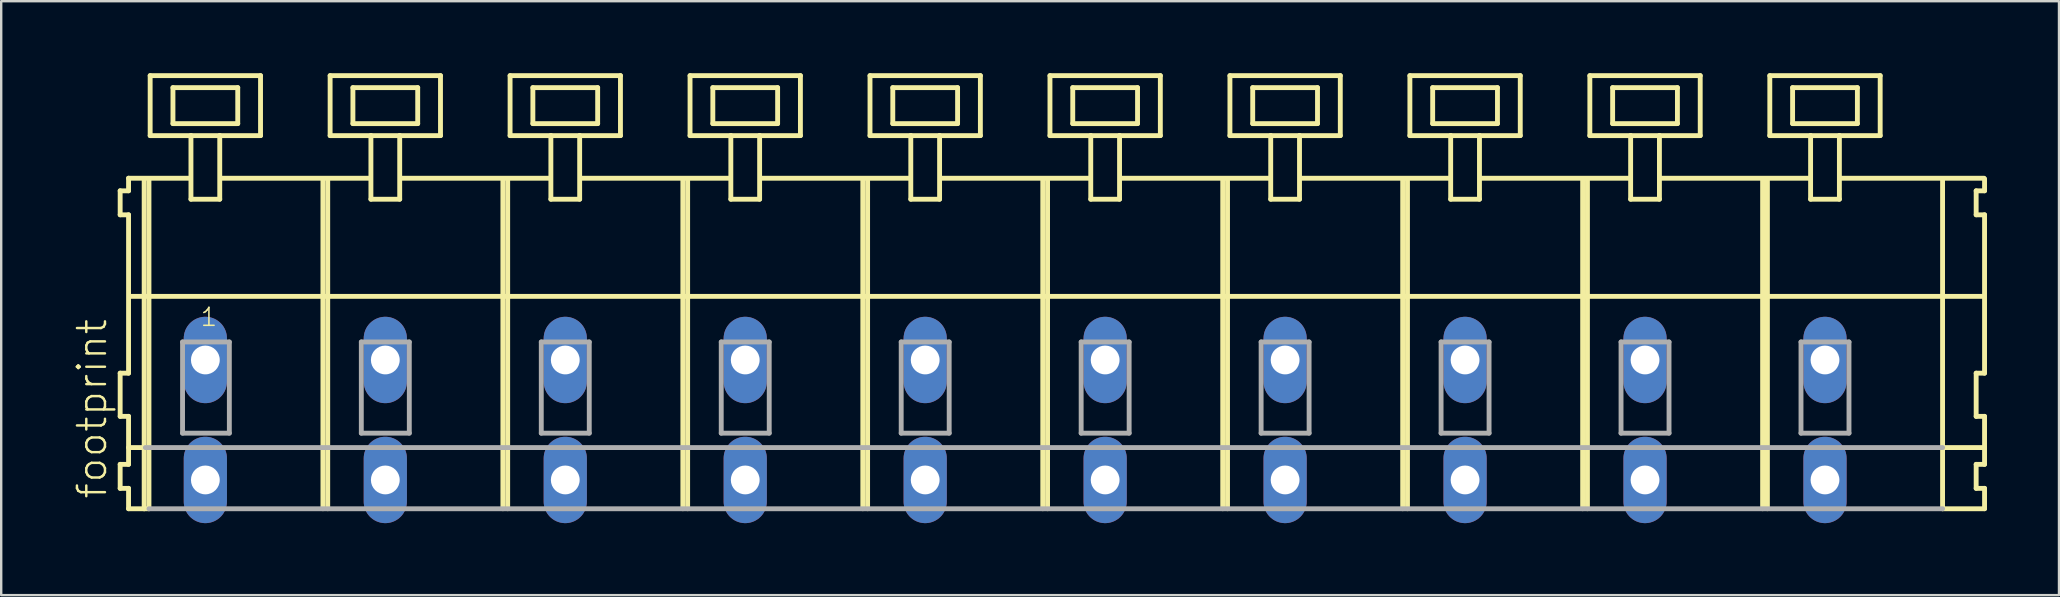
<source format=kicad_pcb>
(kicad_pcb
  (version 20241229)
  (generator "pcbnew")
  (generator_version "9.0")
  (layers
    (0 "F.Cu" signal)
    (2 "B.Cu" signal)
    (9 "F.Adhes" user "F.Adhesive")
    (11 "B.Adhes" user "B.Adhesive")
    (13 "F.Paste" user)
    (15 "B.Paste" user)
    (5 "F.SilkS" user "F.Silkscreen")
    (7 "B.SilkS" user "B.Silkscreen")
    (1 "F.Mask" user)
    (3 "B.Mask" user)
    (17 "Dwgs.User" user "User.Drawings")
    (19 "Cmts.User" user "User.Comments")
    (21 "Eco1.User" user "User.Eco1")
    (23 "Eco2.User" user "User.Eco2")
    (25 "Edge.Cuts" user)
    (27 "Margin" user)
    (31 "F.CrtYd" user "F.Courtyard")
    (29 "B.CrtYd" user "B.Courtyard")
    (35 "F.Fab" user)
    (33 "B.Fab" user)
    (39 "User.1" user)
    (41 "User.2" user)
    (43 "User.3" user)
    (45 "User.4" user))
  (footprint "footprint"
    (layer "F.Cu")
    (at 40.508 11.952)
    (property "Reference" "footprint" (at -39.035 5.855 90) (layer "F.SilkS") (effects (font (size 1.168 1.168) (thickness 0.102)) (justify left bottom)))
    (fp_line (start -38.55 -7.05) (end -38.55 -6.05) (stroke (width 0.203) (type solid)) (layer "F.SilkS"))
    (fp_line (start -38.55 -6.05) (end -38.2 -6.05) (stroke (width 0.203) (type solid)) (layer "F.SilkS"))
    (fp_line (start -38.55 0.55) (end -38.55 2.35) (stroke (width 0.203) (type solid)) (layer "F.SilkS"))
    (fp_line (start -38.55 2.35) (end -38.2 2.35) (stroke (width 0.203) (type solid)) (layer "F.SilkS"))
    (fp_line (start -38.55 4.35) (end -38.55 5.35) (stroke (width 0.203) (type solid)) (layer "F.SilkS"))
    (fp_line (start -38.55 5.35) (end -38.2 5.35) (stroke (width 0.203) (type solid)) (layer "F.SilkS"))
    (fp_line (start -38.2 -7.575) (end -38.2 -7.05) (stroke (width 0.203) (type solid)) (layer "F.SilkS"))
    (fp_line (start -38.2 -7.575) (end -35.625 -7.575) (stroke (width 0.203) (type solid)) (layer "F.SilkS"))
    (fp_line (start -38.2 -7.05) (end -38.55 -7.05) (stroke (width 0.203) (type solid)) (layer "F.SilkS"))
    (fp_line (start -38.2 -6.05) (end -38.2 0.55) (stroke (width 0.203) (type solid)) (layer "F.SilkS"))
    (fp_line (start -38.2 0.55) (end -38.55 0.55) (stroke (width 0.203) (type solid)) (layer "F.SilkS"))
    (fp_line (start -38.2 2.35) (end -38.2 4.35) (stroke (width 0.203) (type solid)) (layer "F.SilkS"))
    (fp_line (start -38.2 3.65) (end -37.5 3.65) (stroke (width 0.203) (type solid)) (layer "F.SilkS"))
    (fp_line (start -38.2 4.35) (end -38.55 4.35) (stroke (width 0.203) (type solid)) (layer "F.SilkS"))
    (fp_line (start -38.2 5.35) (end -38.2 6.2) (stroke (width 0.203) (type solid)) (layer "F.SilkS"))
    (fp_line (start -38.2 6.2) (end -37.55 6.2) (stroke (width 0.203) (type solid)) (layer "F.SilkS"))
    (fp_line (start -38.15 -2.65) (end 39.1 -2.65) (stroke (width 0.203) (type solid)) (layer "F.SilkS"))
    (fp_line (start -37.55 -7.55) (end -37.55 6.2) (stroke (width 0.203) (type solid)) (layer "F.SilkS"))
    (fp_line (start -37.55 6.2) (end -37.35 6.2) (stroke (width 0.203) (type solid)) (layer "F.SilkS"))
    (fp_line (start -37.35 -7.55) (end -37.35 6.2) (stroke (width 0.203) (type solid)) (layer "F.SilkS"))
    (fp_line (start -37.3 -11.85) (end -37.3 -9.35) (stroke (width 0.203) (type solid)) (layer "F.SilkS"))
    (fp_line (start -37.3 -9.35) (end -35.6 -9.35) (stroke (width 0.203) (type solid)) (layer "F.SilkS"))
    (fp_line (start -36.35 -11.35) (end -36.35 -9.85) (stroke (width 0.203) (type solid)) (layer "F.SilkS"))
    (fp_line (start -36.35 -9.85) (end -33.65 -9.85) (stroke (width 0.203) (type solid)) (layer "F.SilkS"))
    (fp_line (start -35.6 -9.35) (end -35.6 -6.7) (stroke (width 0.203) (type solid)) (layer "F.SilkS"))
    (fp_line (start -35.6 -9.35) (end -34.4 -9.35) (stroke (width 0.203) (type solid)) (layer "F.SilkS"))
    (fp_line (start -35.6 -6.7) (end -34.4 -6.7) (stroke (width 0.203) (type solid)) (layer "F.SilkS"))
    (fp_line (start -34.4 -9.35) (end -32.7 -9.35) (stroke (width 0.203) (type solid)) (layer "F.SilkS"))
    (fp_line (start -34.4 -6.7) (end -34.4 -9.35) (stroke (width 0.203) (type solid)) (layer "F.SilkS"))
    (fp_line (start -34.325 -7.575) (end -28.125 -7.575) (stroke (width 0.203) (type solid)) (layer "F.SilkS"))
    (fp_line (start -33.65 -11.35) (end -36.35 -11.35) (stroke (width 0.203) (type solid)) (layer "F.SilkS"))
    (fp_line (start -33.65 -9.85) (end -33.65 -11.35) (stroke (width 0.203) (type solid)) (layer "F.SilkS"))
    (fp_line (start -32.7 -11.85) (end -37.3 -11.85) (stroke (width 0.203) (type solid)) (layer "F.SilkS"))
    (fp_line (start -32.7 -9.35) (end -32.7 -11.85) (stroke (width 0.203) (type solid)) (layer "F.SilkS"))
    (fp_line (start -30.1 -7.55) (end -30.1 6.2) (stroke (width 0.203) (type solid)) (layer "F.SilkS"))
    (fp_line (start -29.9 -7.55) (end -29.9 6.2) (stroke (width 0.203) (type solid)) (layer "F.SilkS"))
    (fp_line (start -29.8 -11.85) (end -29.8 -9.35) (stroke (width 0.203) (type solid)) (layer "F.SilkS"))
    (fp_line (start -29.8 -9.35) (end -28.1 -9.35) (stroke (width 0.203) (type solid)) (layer "F.SilkS"))
    (fp_line (start -28.85 -11.35) (end -28.85 -9.85) (stroke (width 0.203) (type solid)) (layer "F.SilkS"))
    (fp_line (start -28.85 -9.85) (end -26.15 -9.85) (stroke (width 0.203) (type solid)) (layer "F.SilkS"))
    (fp_line (start -28.1 -9.35) (end -28.1 -6.7) (stroke (width 0.203) (type solid)) (layer "F.SilkS"))
    (fp_line (start -28.1 -9.35) (end -26.9 -9.35) (stroke (width 0.203) (type solid)) (layer "F.SilkS"))
    (fp_line (start -28.1 -6.7) (end -26.9 -6.7) (stroke (width 0.203) (type solid)) (layer "F.SilkS"))
    (fp_line (start -26.9 -9.35) (end -25.2 -9.35) (stroke (width 0.203) (type solid)) (layer "F.SilkS"))
    (fp_line (start -26.9 -6.7) (end -26.9 -9.35) (stroke (width 0.203) (type solid)) (layer "F.SilkS"))
    (fp_line (start -26.825 -7.575) (end -20.625 -7.575) (stroke (width 0.203) (type solid)) (layer "F.SilkS"))
    (fp_line (start -26.15 -11.35) (end -28.85 -11.35) (stroke (width 0.203) (type solid)) (layer "F.SilkS"))
    (fp_line (start -26.15 -9.85) (end -26.15 -11.35) (stroke (width 0.203) (type solid)) (layer "F.SilkS"))
    (fp_line (start -25.2 -11.85) (end -29.8 -11.85) (stroke (width 0.203) (type solid)) (layer "F.SilkS"))
    (fp_line (start -25.2 -9.35) (end -25.2 -11.85) (stroke (width 0.203) (type solid)) (layer "F.SilkS"))
    (fp_line (start -22.6 -7.55) (end -22.6 6.2) (stroke (width 0.203) (type solid)) (layer "F.SilkS"))
    (fp_line (start -22.4 -7.55) (end -22.4 6.2) (stroke (width 0.203) (type solid)) (layer "F.SilkS"))
    (fp_line (start -22.3 -11.85) (end -22.3 -9.35) (stroke (width 0.203) (type solid)) (layer "F.SilkS"))
    (fp_line (start -22.3 -9.35) (end -20.6 -9.35) (stroke (width 0.203) (type solid)) (layer "F.SilkS"))
    (fp_line (start -21.35 -11.35) (end -21.35 -9.85) (stroke (width 0.203) (type solid)) (layer "F.SilkS"))
    (fp_line (start -21.35 -9.85) (end -18.65 -9.85) (stroke (width 0.203) (type solid)) (layer "F.SilkS"))
    (fp_line (start -20.6 -9.35) (end -20.6 -6.7) (stroke (width 0.203) (type solid)) (layer "F.SilkS"))
    (fp_line (start -20.6 -9.35) (end -19.4 -9.35) (stroke (width 0.203) (type solid)) (layer "F.SilkS"))
    (fp_line (start -20.6 -6.7) (end -19.4 -6.7) (stroke (width 0.203) (type solid)) (layer "F.SilkS"))
    (fp_line (start -19.4 -9.35) (end -17.7 -9.35) (stroke (width 0.203) (type solid)) (layer "F.SilkS"))
    (fp_line (start -19.4 -6.7) (end -19.4 -9.35) (stroke (width 0.203) (type solid)) (layer "F.SilkS"))
    (fp_line (start -19.325 -7.575) (end -13.125 -7.575) (stroke (width 0.203) (type solid)) (layer "F.SilkS"))
    (fp_line (start -18.65 -11.35) (end -21.35 -11.35) (stroke (width 0.203) (type solid)) (layer "F.SilkS"))
    (fp_line (start -18.65 -9.85) (end -18.65 -11.35) (stroke (width 0.203) (type solid)) (layer "F.SilkS"))
    (fp_line (start -17.7 -11.85) (end -22.3 -11.85) (stroke (width 0.203) (type solid)) (layer "F.SilkS"))
    (fp_line (start -17.7 -9.35) (end -17.7 -11.85) (stroke (width 0.203) (type solid)) (layer "F.SilkS"))
    (fp_line (start -15.1 -7.55) (end -15.1 6.2) (stroke (width 0.203) (type solid)) (layer "F.SilkS"))
    (fp_line (start -14.9 -7.55) (end -14.9 6.2) (stroke (width 0.203) (type solid)) (layer "F.SilkS"))
    (fp_line (start -14.8 -11.85) (end -14.8 -9.35) (stroke (width 0.203) (type solid)) (layer "F.SilkS"))
    (fp_line (start -14.8 -9.35) (end -13.1 -9.35) (stroke (width 0.203) (type solid)) (layer "F.SilkS"))
    (fp_line (start -13.85 -11.35) (end -13.85 -9.85) (stroke (width 0.203) (type solid)) (layer "F.SilkS"))
    (fp_line (start -13.85 -9.85) (end -11.15 -9.85) (stroke (width 0.203) (type solid)) (layer "F.SilkS"))
    (fp_line (start -13.1 -9.35) (end -13.1 -6.7) (stroke (width 0.203) (type solid)) (layer "F.SilkS"))
    (fp_line (start -13.1 -9.35) (end -11.9 -9.35) (stroke (width 0.203) (type solid)) (layer "F.SilkS"))
    (fp_line (start -13.1 -6.7) (end -11.9 -6.7) (stroke (width 0.203) (type solid)) (layer "F.SilkS"))
    (fp_line (start -11.9 -9.35) (end -10.2 -9.35) (stroke (width 0.203) (type solid)) (layer "F.SilkS"))
    (fp_line (start -11.9 -6.7) (end -11.9 -9.35) (stroke (width 0.203) (type solid)) (layer "F.SilkS"))
    (fp_line (start -11.825 -7.575) (end -5.625 -7.575) (stroke (width 0.203) (type solid)) (layer "F.SilkS"))
    (fp_line (start -11.15 -11.35) (end -13.85 -11.35) (stroke (width 0.203) (type solid)) (layer "F.SilkS"))
    (fp_line (start -11.15 -9.85) (end -11.15 -11.35) (stroke (width 0.203) (type solid)) (layer "F.SilkS"))
    (fp_line (start -10.2 -11.85) (end -14.8 -11.85) (stroke (width 0.203) (type solid)) (layer "F.SilkS"))
    (fp_line (start -10.2 -9.35) (end -10.2 -11.85) (stroke (width 0.203) (type solid)) (layer "F.SilkS"))
    (fp_line (start -7.6 -7.55) (end -7.6 6.2) (stroke (width 0.203) (type solid)) (layer "F.SilkS"))
    (fp_line (start -7.4 -7.55) (end -7.4 6.2) (stroke (width 0.203) (type solid)) (layer "F.SilkS"))
    (fp_line (start -7.3 -11.85) (end -7.3 -9.35) (stroke (width 0.203) (type solid)) (layer "F.SilkS"))
    (fp_line (start -7.3 -9.35) (end -5.6 -9.35) (stroke (width 0.203) (type solid)) (layer "F.SilkS"))
    (fp_line (start -6.35 -11.35) (end -6.35 -9.85) (stroke (width 0.203) (type solid)) (layer "F.SilkS"))
    (fp_line (start -6.35 -9.85) (end -3.65 -9.85) (stroke (width 0.203) (type solid)) (layer "F.SilkS"))
    (fp_line (start -5.6 -9.35) (end -5.6 -6.7) (stroke (width 0.203) (type solid)) (layer "F.SilkS"))
    (fp_line (start -5.6 -9.35) (end -4.4 -9.35) (stroke (width 0.203) (type solid)) (layer "F.SilkS"))
    (fp_line (start -5.6 -6.7) (end -4.4 -6.7) (stroke (width 0.203) (type solid)) (layer "F.SilkS"))
    (fp_line (start -4.4 -9.35) (end -2.7 -9.35) (stroke (width 0.203) (type solid)) (layer "F.SilkS"))
    (fp_line (start -4.4 -6.7) (end -4.4 -9.35) (stroke (width 0.203) (type solid)) (layer "F.SilkS"))
    (fp_line (start -4.325 -7.575) (end 1.875 -7.575) (stroke (width 0.203) (type solid)) (layer "F.SilkS"))
    (fp_line (start -3.65 -11.35) (end -6.35 -11.35) (stroke (width 0.203) (type solid)) (layer "F.SilkS"))
    (fp_line (start -3.65 -9.85) (end -3.65 -11.35) (stroke (width 0.203) (type solid)) (layer "F.SilkS"))
    (fp_line (start -2.7 -11.85) (end -7.3 -11.85) (stroke (width 0.203) (type solid)) (layer "F.SilkS"))
    (fp_line (start -2.7 -9.35) (end -2.7 -11.85) (stroke (width 0.203) (type solid)) (layer "F.SilkS"))
    (fp_line (start -0.1 -7.55) (end -0.1 6.2) (stroke (width 0.203) (type solid)) (layer "F.SilkS"))
    (fp_line (start 0.1 -7.55) (end 0.1 6.2) (stroke (width 0.203) (type solid)) (layer "F.SilkS"))
    (fp_line (start 0.2 -11.85) (end 0.2 -9.35) (stroke (width 0.203) (type solid)) (layer "F.SilkS"))
    (fp_line (start 0.2 -9.35) (end 1.9 -9.35) (stroke (width 0.203) (type solid)) (layer "F.SilkS"))
    (fp_line (start 1.15 -11.35) (end 1.15 -9.85) (stroke (width 0.203) (type solid)) (layer "F.SilkS"))
    (fp_line (start 1.15 -9.85) (end 3.85 -9.85) (stroke (width 0.203) (type solid)) (layer "F.SilkS"))
    (fp_line (start 1.9 -9.35) (end 1.9 -6.7) (stroke (width 0.203) (type solid)) (layer "F.SilkS"))
    (fp_line (start 1.9 -9.35) (end 3.1 -9.35) (stroke (width 0.203) (type solid)) (layer "F.SilkS"))
    (fp_line (start 1.9 -6.7) (end 3.1 -6.7) (stroke (width 0.203) (type solid)) (layer "F.SilkS"))
    (fp_line (start 3.1 -9.35) (end 4.8 -9.35) (stroke (width 0.203) (type solid)) (layer "F.SilkS"))
    (fp_line (start 3.1 -6.7) (end 3.1 -9.35) (stroke (width 0.203) (type solid)) (layer "F.SilkS"))
    (fp_line (start 3.175 -7.575) (end 9.375 -7.575) (stroke (width 0.203) (type solid)) (layer "F.SilkS"))
    (fp_line (start 3.85 -11.35) (end 1.15 -11.35) (stroke (width 0.203) (type solid)) (layer "F.SilkS"))
    (fp_line (start 3.85 -9.85) (end 3.85 -11.35) (stroke (width 0.203) (type solid)) (layer "F.SilkS"))
    (fp_line (start 4.8 -11.85) (end 0.2 -11.85) (stroke (width 0.203) (type solid)) (layer "F.SilkS"))
    (fp_line (start 4.8 -9.35) (end 4.8 -11.85) (stroke (width 0.203) (type solid)) (layer "F.SilkS"))
    (fp_line (start 7.4 -7.55) (end 7.4 6.2) (stroke (width 0.203) (type solid)) (layer "F.SilkS"))
    (fp_line (start 7.6 -7.55) (end 7.6 6.2) (stroke (width 0.203) (type solid)) (layer "F.SilkS"))
    (fp_line (start 7.7 -11.85) (end 7.7 -9.35) (stroke (width 0.203) (type solid)) (layer "F.SilkS"))
    (fp_line (start 7.7 -9.35) (end 9.4 -9.35) (stroke (width 0.203) (type solid)) (layer "F.SilkS"))
    (fp_line (start 8.65 -11.35) (end 8.65 -9.85) (stroke (width 0.203) (type solid)) (layer "F.SilkS"))
    (fp_line (start 8.65 -9.85) (end 11.35 -9.85) (stroke (width 0.203) (type solid)) (layer "F.SilkS"))
    (fp_line (start 9.4 -9.35) (end 9.4 -6.7) (stroke (width 0.203) (type solid)) (layer "F.SilkS"))
    (fp_line (start 9.4 -9.35) (end 10.6 -9.35) (stroke (width 0.203) (type solid)) (layer "F.SilkS"))
    (fp_line (start 9.4 -6.7) (end 10.6 -6.7) (stroke (width 0.203) (type solid)) (layer "F.SilkS"))
    (fp_line (start 10.6 -9.35) (end 12.3 -9.35) (stroke (width 0.203) (type solid)) (layer "F.SilkS"))
    (fp_line (start 10.6 -6.7) (end 10.6 -9.35) (stroke (width 0.203) (type solid)) (layer "F.SilkS"))
    (fp_line (start 10.675 -7.575) (end 16.875 -7.575) (stroke (width 0.203) (type solid)) (layer "F.SilkS"))
    (fp_line (start 11.35 -11.35) (end 8.65 -11.35) (stroke (width 0.203) (type solid)) (layer "F.SilkS"))
    (fp_line (start 11.35 -9.85) (end 11.35 -11.35) (stroke (width 0.203) (type solid)) (layer "F.SilkS"))
    (fp_line (start 12.3 -11.85) (end 7.7 -11.85) (stroke (width 0.203) (type solid)) (layer "F.SilkS"))
    (fp_line (start 12.3 -9.35) (end 12.3 -11.85) (stroke (width 0.203) (type solid)) (layer "F.SilkS"))
    (fp_line (start 14.9 -7.55) (end 14.9 6.2) (stroke (width 0.203) (type solid)) (layer "F.SilkS"))
    (fp_line (start 15.1 -7.55) (end 15.1 6.2) (stroke (width 0.203) (type solid)) (layer "F.SilkS"))
    (fp_line (start 15.2 -11.85) (end 15.2 -9.35) (stroke (width 0.203) (type solid)) (layer "F.SilkS"))
    (fp_line (start 15.2 -9.35) (end 16.9 -9.35) (stroke (width 0.203) (type solid)) (layer "F.SilkS"))
    (fp_line (start 16.15 -11.35) (end 16.15 -9.85) (stroke (width 0.203) (type solid)) (layer "F.SilkS"))
    (fp_line (start 16.15 -9.85) (end 18.85 -9.85) (stroke (width 0.203) (type solid)) (layer "F.SilkS"))
    (fp_line (start 16.9 -9.35) (end 16.9 -6.7) (stroke (width 0.203) (type solid)) (layer "F.SilkS"))
    (fp_line (start 16.9 -9.35) (end 18.1 -9.35) (stroke (width 0.203) (type solid)) (layer "F.SilkS"))
    (fp_line (start 16.9 -6.7) (end 18.1 -6.7) (stroke (width 0.203) (type solid)) (layer "F.SilkS"))
    (fp_line (start 18.1 -9.35) (end 19.8 -9.35) (stroke (width 0.203) (type solid)) (layer "F.SilkS"))
    (fp_line (start 18.1 -6.7) (end 18.1 -9.35) (stroke (width 0.203) (type solid)) (layer "F.SilkS"))
    (fp_line (start 18.175 -7.575) (end 24.375 -7.575) (stroke (width 0.203) (type solid)) (layer "F.SilkS"))
    (fp_line (start 18.85 -11.35) (end 16.15 -11.35) (stroke (width 0.203) (type solid)) (layer "F.SilkS"))
    (fp_line (start 18.85 -9.85) (end 18.85 -11.35) (stroke (width 0.203) (type solid)) (layer "F.SilkS"))
    (fp_line (start 19.8 -11.85) (end 15.2 -11.85) (stroke (width 0.203) (type solid)) (layer "F.SilkS"))
    (fp_line (start 19.8 -9.35) (end 19.8 -11.85) (stroke (width 0.203) (type solid)) (layer "F.SilkS"))
    (fp_line (start 22.4 -7.55) (end 22.4 6.2) (stroke (width 0.203) (type solid)) (layer "F.SilkS"))
    (fp_line (start 22.6 -7.55) (end 22.6 6.2) (stroke (width 0.203) (type solid)) (layer "F.SilkS"))
    (fp_line (start 22.7 -11.85) (end 22.7 -9.35) (stroke (width 0.203) (type solid)) (layer "F.SilkS"))
    (fp_line (start 22.7 -9.35) (end 24.4 -9.35) (stroke (width 0.203) (type solid)) (layer "F.SilkS"))
    (fp_line (start 23.65 -11.35) (end 23.65 -9.85) (stroke (width 0.203) (type solid)) (layer "F.SilkS"))
    (fp_line (start 23.65 -9.85) (end 26.35 -9.85) (stroke (width 0.203) (type solid)) (layer "F.SilkS"))
    (fp_line (start 24.4 -9.35) (end 24.4 -6.7) (stroke (width 0.203) (type solid)) (layer "F.SilkS"))
    (fp_line (start 24.4 -9.35) (end 25.6 -9.35) (stroke (width 0.203) (type solid)) (layer "F.SilkS"))
    (fp_line (start 24.4 -6.7) (end 25.6 -6.7) (stroke (width 0.203) (type solid)) (layer "F.SilkS"))
    (fp_line (start 25.6 -9.35) (end 27.3 -9.35) (stroke (width 0.203) (type solid)) (layer "F.SilkS"))
    (fp_line (start 25.6 -6.7) (end 25.6 -9.35) (stroke (width 0.203) (type solid)) (layer "F.SilkS"))
    (fp_line (start 25.675 -7.575) (end 31.875 -7.575) (stroke (width 0.203) (type solid)) (layer "F.SilkS"))
    (fp_line (start 26.35 -11.35) (end 23.65 -11.35) (stroke (width 0.203) (type solid)) (layer "F.SilkS"))
    (fp_line (start 26.35 -9.85) (end 26.35 -11.35) (stroke (width 0.203) (type solid)) (layer "F.SilkS"))
    (fp_line (start 27.3 -11.85) (end 22.7 -11.85) (stroke (width 0.203) (type solid)) (layer "F.SilkS"))
    (fp_line (start 27.3 -9.35) (end 27.3 -11.85) (stroke (width 0.203) (type solid)) (layer "F.SilkS"))
    (fp_line (start 29.9 -7.55) (end 29.9 6.2) (stroke (width 0.203) (type solid)) (layer "F.SilkS"))
    (fp_line (start 30.1 -7.55) (end 30.1 6.2) (stroke (width 0.203) (type solid)) (layer "F.SilkS"))
    (fp_line (start 30.2 -11.85) (end 30.2 -9.35) (stroke (width 0.203) (type solid)) (layer "F.SilkS"))
    (fp_line (start 30.2 -9.35) (end 31.9 -9.35) (stroke (width 0.203) (type solid)) (layer "F.SilkS"))
    (fp_line (start 31.15 -11.35) (end 31.15 -9.85) (stroke (width 0.203) (type solid)) (layer "F.SilkS"))
    (fp_line (start 31.15 -9.85) (end 33.85 -9.85) (stroke (width 0.203) (type solid)) (layer "F.SilkS"))
    (fp_line (start 31.9 -9.35) (end 31.9 -6.7) (stroke (width 0.203) (type solid)) (layer "F.SilkS"))
    (fp_line (start 31.9 -9.35) (end 33.1 -9.35) (stroke (width 0.203) (type solid)) (layer "F.SilkS"))
    (fp_line (start 31.9 -6.7) (end 33.1 -6.7) (stroke (width 0.203) (type solid)) (layer "F.SilkS"))
    (fp_line (start 33.1 -9.35) (end 34.8 -9.35) (stroke (width 0.203) (type solid)) (layer "F.SilkS"))
    (fp_line (start 33.1 -6.7) (end 33.1 -9.35) (stroke (width 0.203) (type solid)) (layer "F.SilkS"))
    (fp_line (start 33.125 -7.575) (end 39.125 -7.575) (stroke (width 0.203) (type solid)) (layer "F.SilkS"))
    (fp_line (start 33.85 -11.35) (end 31.15 -11.35) (stroke (width 0.203) (type solid)) (layer "F.SilkS"))
    (fp_line (start 33.85 -9.85) (end 33.85 -11.35) (stroke (width 0.203) (type solid)) (layer "F.SilkS"))
    (fp_line (start 34.8 -11.85) (end 30.2 -11.85) (stroke (width 0.203) (type solid)) (layer "F.SilkS"))
    (fp_line (start 34.8 -9.35) (end 34.8 -11.85) (stroke (width 0.203) (type solid)) (layer "F.SilkS"))
    (fp_line (start 37.4 -7.55) (end 37.4 6.2) (stroke (width 0.203) (type solid)) (layer "F.SilkS"))
    (fp_line (start 37.4 6.2) (end 39.15 6.2) (stroke (width 0.203) (type solid)) (layer "F.SilkS"))
    (fp_line (start 37.45 3.65) (end 39.15 3.65) (stroke (width 0.203) (type solid)) (layer "F.SilkS"))
    (fp_line (start 38.8 -7.05) (end 38.8 -6.05) (stroke (width 0.203) (type solid)) (layer "F.SilkS"))
    (fp_line (start 38.8 -6.05) (end 39.15 -6.05) (stroke (width 0.203) (type solid)) (layer "F.SilkS"))
    (fp_line (start 38.8 0.55) (end 38.8 2.35) (stroke (width 0.203) (type solid)) (layer "F.SilkS"))
    (fp_line (start 38.8 2.35) (end 39.15 2.35) (stroke (width 0.203) (type solid)) (layer "F.SilkS"))
    (fp_line (start 38.8 4.35) (end 38.8 5.35) (stroke (width 0.203) (type solid)) (layer "F.SilkS"))
    (fp_line (start 38.8 5.35) (end 39.15 5.35) (stroke (width 0.203) (type solid)) (layer "F.SilkS"))
    (fp_line (start 39.15 -7.05) (end 38.8 -7.05) (stroke (width 0.203) (type solid)) (layer "F.SilkS"))
    (fp_line (start 39.15 -7.05) (end 39.15 -7.55) (stroke (width 0.203) (type solid)) (layer "F.SilkS"))
    (fp_line (start 39.15 0.55) (end 38.8 0.55) (stroke (width 0.203) (type solid)) (layer "F.SilkS"))
    (fp_line (start 39.15 0.55) (end 39.15 -6.05) (stroke (width 0.203) (type solid)) (layer "F.SilkS"))
    (fp_line (start 39.15 3.65) (end 39.15 2.35) (stroke (width 0.203) (type solid)) (layer "F.SilkS"))
    (fp_line (start 39.15 4.35) (end 38.8 4.35) (stroke (width 0.203) (type solid)) (layer "F.SilkS"))
    (fp_line (start 39.15 4.35) (end 39.15 3.65) (stroke (width 0.203) (type solid)) (layer "F.SilkS"))
    (fp_line (start 39.15 6.2) (end 39.15 5.35) (stroke (width 0.203) (type solid)) (layer "F.SilkS"))
    (fp_line (start -37.5 3.65) (end 37.4 3.65) (stroke (width 0.203) (type solid)) (layer "F.Fab"))
    (fp_line (start -37.35 6.2) (end 37.4 6.2) (stroke (width 0.203) (type solid)) (layer "F.Fab"))
    (fp_line (start -35.95 -0.75) (end -35.95 3.05) (stroke (width 0.203) (type solid)) (layer "F.Fab"))
    (fp_line (start -35.95 3.05) (end -34 3.05) (stroke (width 0.203) (type solid)) (layer "F.Fab"))
    (fp_line (start -34 -0.75) (end -35.95 -0.75) (stroke (width 0.203) (type solid)) (layer "F.Fab"))
    (fp_line (start -34 3.05) (end -34 -0.75) (stroke (width 0.203) (type solid)) (layer "F.Fab"))
    (fp_line (start -28.5 -0.75) (end -28.5 3.05) (stroke (width 0.203) (type solid)) (layer "F.Fab"))
    (fp_line (start -28.5 3.05) (end -26.5 3.05) (stroke (width 0.203) (type solid)) (layer "F.Fab"))
    (fp_line (start -26.5 -0.75) (end -28.5 -0.75) (stroke (width 0.203) (type solid)) (layer "F.Fab"))
    (fp_line (start -26.5 3.05) (end -26.5 -0.75) (stroke (width 0.203) (type solid)) (layer "F.Fab"))
    (fp_line (start -21 -0.75) (end -21 3.05) (stroke (width 0.203) (type solid)) (layer "F.Fab"))
    (fp_line (start -21 3.05) (end -19 3.05) (stroke (width 0.203) (type solid)) (layer "F.Fab"))
    (fp_line (start -19 -0.75) (end -21 -0.75) (stroke (width 0.203) (type solid)) (layer "F.Fab"))
    (fp_line (start -19 3.05) (end -19 -0.75) (stroke (width 0.203) (type solid)) (layer "F.Fab"))
    (fp_line (start -13.5 -0.75) (end -13.5 3.05) (stroke (width 0.203) (type solid)) (layer "F.Fab"))
    (fp_line (start -13.5 3.05) (end -11.5 3.05) (stroke (width 0.203) (type solid)) (layer "F.Fab"))
    (fp_line (start -11.5 -0.75) (end -13.5 -0.75) (stroke (width 0.203) (type solid)) (layer "F.Fab"))
    (fp_line (start -11.5 3.05) (end -11.5 -0.75) (stroke (width 0.203) (type solid)) (layer "F.Fab"))
    (fp_line (start -6 -0.75) (end -6 3.05) (stroke (width 0.203) (type solid)) (layer "F.Fab"))
    (fp_line (start -6 3.05) (end -4 3.05) (stroke (width 0.203) (type solid)) (layer "F.Fab"))
    (fp_line (start -4 -0.75) (end -6 -0.75) (stroke (width 0.203) (type solid)) (layer "F.Fab"))
    (fp_line (start -4 3.05) (end -4 -0.75) (stroke (width 0.203) (type solid)) (layer "F.Fab"))
    (fp_line (start 1.5 -0.75) (end 1.5 3.05) (stroke (width 0.203) (type solid)) (layer "F.Fab"))
    (fp_line (start 1.5 3.05) (end 3.5 3.05) (stroke (width 0.203) (type solid)) (layer "F.Fab"))
    (fp_line (start 3.5 -0.75) (end 1.5 -0.75) (stroke (width 0.203) (type solid)) (layer "F.Fab"))
    (fp_line (start 3.5 3.05) (end 3.5 -0.75) (stroke (width 0.203) (type solid)) (layer "F.Fab"))
    (fp_line (start 9 -0.75) (end 9 3.05) (stroke (width 0.203) (type solid)) (layer "F.Fab"))
    (fp_line (start 9 3.05) (end 11 3.05) (stroke (width 0.203) (type solid)) (layer "F.Fab"))
    (fp_line (start 11 -0.75) (end 9 -0.75) (stroke (width 0.203) (type solid)) (layer "F.Fab"))
    (fp_line (start 11 3.05) (end 11 -0.75) (stroke (width 0.203) (type solid)) (layer "F.Fab"))
    (fp_line (start 16.5 -0.75) (end 16.5 3.05) (stroke (width 0.203) (type solid)) (layer "F.Fab"))
    (fp_line (start 16.5 3.05) (end 18.5 3.05) (stroke (width 0.203) (type solid)) (layer "F.Fab"))
    (fp_line (start 18.5 -0.75) (end 16.5 -0.75) (stroke (width 0.203) (type solid)) (layer "F.Fab"))
    (fp_line (start 18.5 3.05) (end 18.5 -0.75) (stroke (width 0.203) (type solid)) (layer "F.Fab"))
    (fp_line (start 24 -0.75) (end 24 3.05) (stroke (width 0.203) (type solid)) (layer "F.Fab"))
    (fp_line (start 24 3.05) (end 26 3.05) (stroke (width 0.203) (type solid)) (layer "F.Fab"))
    (fp_line (start 26 -0.75) (end 24 -0.75) (stroke (width 0.203) (type solid)) (layer "F.Fab"))
    (fp_line (start 26 3.05) (end 26 -0.75) (stroke (width 0.203) (type solid)) (layer "F.Fab"))
    (fp_line (start 31.5 -0.75) (end 31.5 3.05) (stroke (width 0.203) (type solid)) (layer "F.Fab"))
    (fp_line (start 31.5 3.05) (end 33.5 3.05) (stroke (width 0.203) (type solid)) (layer "F.Fab"))
    (fp_line (start 33.5 -0.75) (end 31.5 -0.75) (stroke (width 0.203) (type solid)) (layer "F.Fab"))
    (fp_line (start 33.5 3.05) (end 33.5 -0.75) (stroke (width 0.203) (type solid)) (layer "F.Fab"))
    (fp_text user "1" (at -35.25 -1.35 0) (layer "F.SilkS") (effects (font (size 0.748 0.748) (thickness 0.065)) (justify left bottom)))
    (pad "A1" thru_hole oval (at -35 0 90) (size 3.6 1.8) (drill 1.2) (layers "*.Cu" "*.Mask"))
    (pad "A2" thru_hole oval (at -27.5 0 90) (size 3.6 1.8) (drill 1.2) (layers "*.Cu" "*.Mask"))
    (pad "A3" thru_hole oval (at -20 0 90) (size 3.6 1.8) (drill 1.2) (layers "*.Cu" "*.Mask"))
    (pad "A4" thru_hole oval (at -12.5 0 90) (size 3.6 1.8) (drill 1.2) (layers "*.Cu" "*.Mask"))
    (pad "A5" thru_hole oval (at -5 0 90) (size 3.6 1.8) (drill 1.2) (layers "*.Cu" "*.Mask"))
    (pad "A6" thru_hole oval (at 2.5 0 90) (size 3.6 1.8) (drill 1.2) (layers "*.Cu" "*.Mask"))
    (pad "A7" thru_hole oval (at 10 0 90) (size 3.6 1.8) (drill 1.2) (layers "*.Cu" "*.Mask"))
    (pad "A8" thru_hole oval (at 17.5 0 90) (size 3.6 1.8) (drill 1.2) (layers "*.Cu" "*.Mask"))
    (pad "A9" thru_hole oval (at 25 0 90) (size 3.6 1.8) (drill 1.2) (layers "*.Cu" "*.Mask"))
    (pad "A10" thru_hole oval (at 32.5 0 90) (size 3.6 1.8) (drill 1.2) (layers "*.Cu" "*.Mask"))
    (pad "B1" thru_hole oval (at -35 5 90) (size 3.6 1.8) (drill 1.2) (layers "*.Cu" "*.Mask"))
    (pad "B2" thru_hole oval (at -27.5 5 90) (size 3.6 1.8) (drill 1.2) (layers "*.Cu" "*.Mask"))
    (pad "B3" thru_hole oval (at -20 5 90) (size 3.6 1.8) (drill 1.2) (layers "*.Cu" "*.Mask"))
    (pad "B4" thru_hole oval (at -12.5 5 90) (size 3.6 1.8) (drill 1.2) (layers "*.Cu" "*.Mask"))
    (pad "B5" thru_hole oval (at -5 5 90) (size 3.6 1.8) (drill 1.2) (layers "*.Cu" "*.Mask"))
    (pad "B6" thru_hole oval (at 2.5 5 90) (size 3.6 1.8) (drill 1.2) (layers "*.Cu" "*.Mask"))
    (pad "B7" thru_hole oval (at 10 5 90) (size 3.6 1.8) (drill 1.2) (layers "*.Cu" "*.Mask"))
    (pad "B8" thru_hole oval (at 17.5 5 90) (size 3.6 1.8) (drill 1.2) (layers "*.Cu" "*.Mask"))
    (pad "B9" thru_hole oval (at 25 5 90) (size 3.6 1.8) (drill 1.2) (layers "*.Cu" "*.Mask"))
    (pad "B10" thru_hole oval (at 32.5 5 90) (size 3.6 1.8) (drill 1.2) (layers "*.Cu" "*.Mask")))
  (gr_rect
    (start -3 -3)
    (end 82.76 21.752)
    (stroke (width 0.1) (type default))
    (fill no)
    (layer "Edge.Cuts")))
</source>
